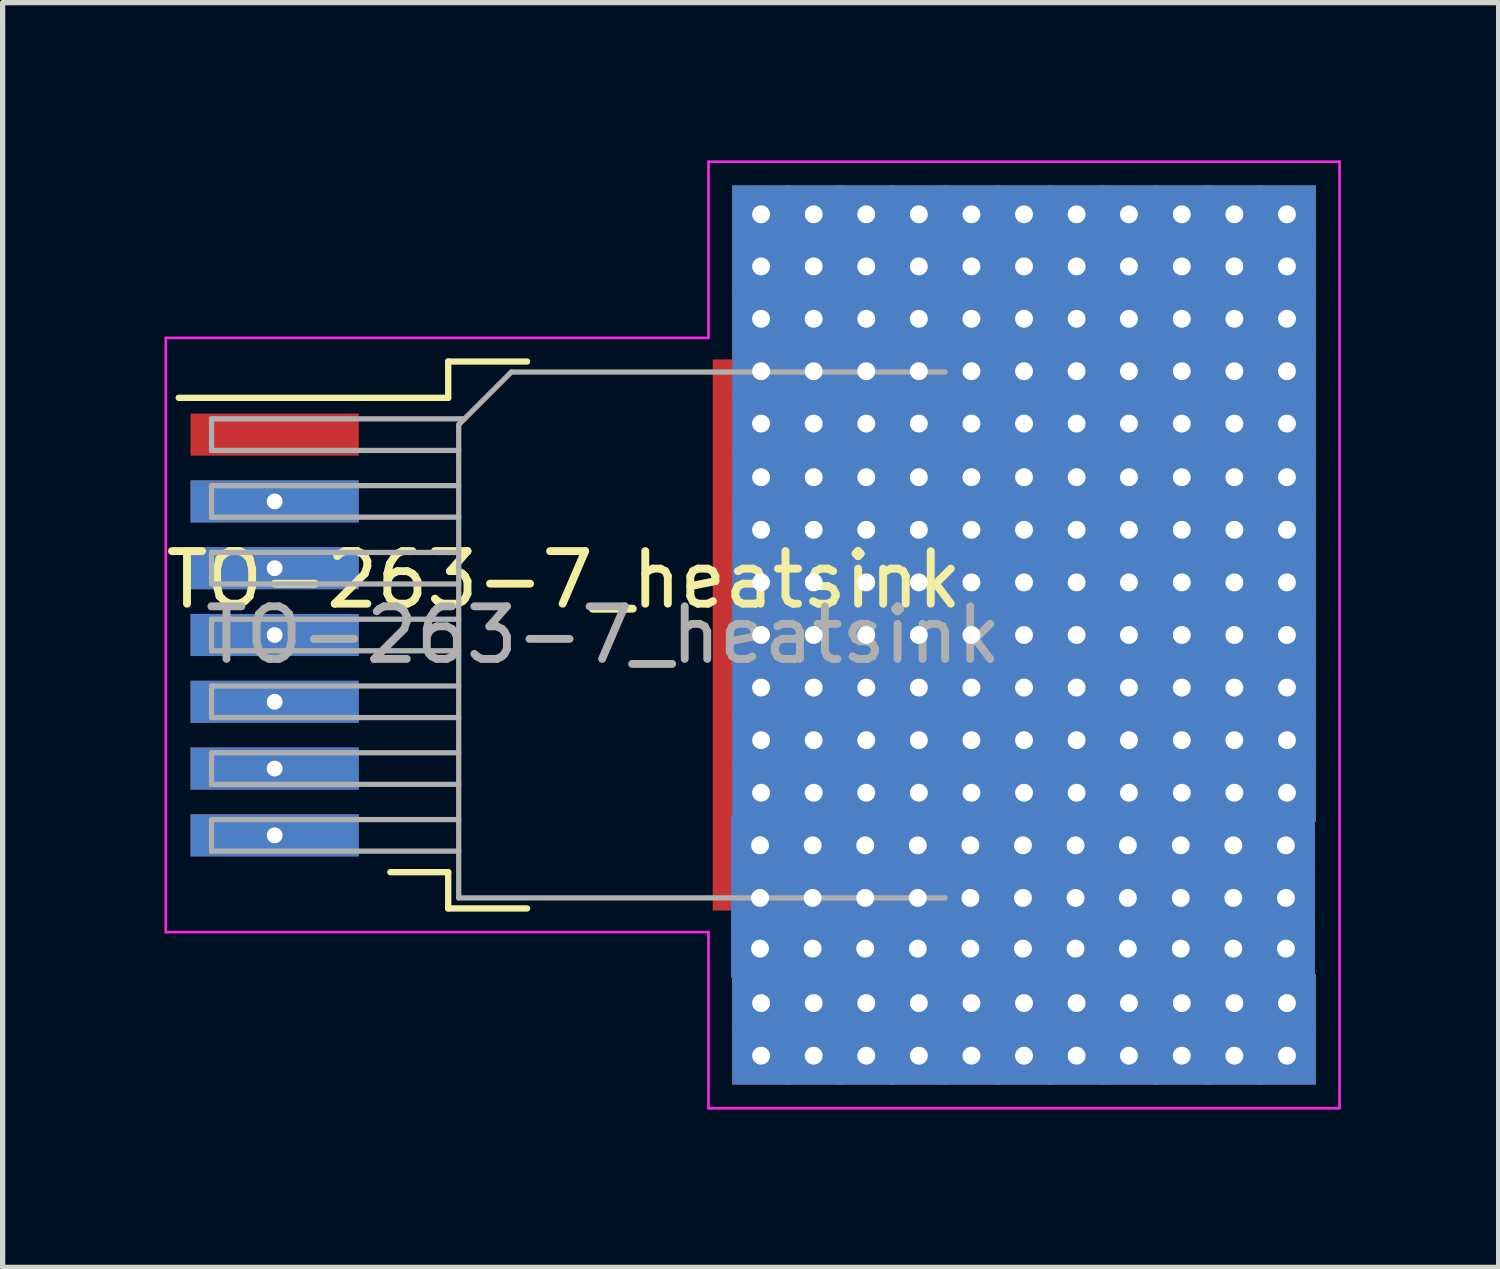
<source format=kicad_pcb>
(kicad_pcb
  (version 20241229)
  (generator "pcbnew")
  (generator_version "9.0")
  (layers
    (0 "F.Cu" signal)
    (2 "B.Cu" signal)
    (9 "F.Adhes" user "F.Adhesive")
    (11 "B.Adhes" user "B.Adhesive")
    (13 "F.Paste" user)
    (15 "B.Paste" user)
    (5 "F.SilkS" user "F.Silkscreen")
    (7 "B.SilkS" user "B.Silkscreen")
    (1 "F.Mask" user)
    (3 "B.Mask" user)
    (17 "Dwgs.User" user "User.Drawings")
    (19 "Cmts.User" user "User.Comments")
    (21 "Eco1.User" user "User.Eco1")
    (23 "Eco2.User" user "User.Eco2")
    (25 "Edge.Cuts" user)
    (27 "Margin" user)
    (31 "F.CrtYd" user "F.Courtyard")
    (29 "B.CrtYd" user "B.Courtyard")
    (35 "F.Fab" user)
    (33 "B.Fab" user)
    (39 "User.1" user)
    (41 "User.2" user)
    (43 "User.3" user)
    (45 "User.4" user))
  (footprint "TO-263-7_heatsink"
    (layer "F.Cu")
    (at 8.423 9.025)
    (property "Reference" "TO-263-7_heatsink" (at -0.75 -1.05 0) (layer "F.SilkS") (effects (font (size 1 1) (thickness 0.15))))
    (attr smd)
    (fp_line (start -2.95 -5.2) (end -2.95 -4.51) (stroke (width 0.12) (type solid)) (layer "F.SilkS"))
    (fp_line (start -2.95 -4.51) (end -8.075 -4.51) (stroke (width 0.12) (type solid)) (layer "F.SilkS"))
    (fp_line (start -2.95 4.51) (end -4.05 4.51) (stroke (width 0.12) (type solid)) (layer "F.SilkS"))
    (fp_line (start -2.95 5.2) (end -2.95 4.51) (stroke (width 0.12) (type solid)) (layer "F.SilkS"))
    (fp_line (start -1.45 -5.2) (end -2.95 -5.2) (stroke (width 0.12) (type solid)) (layer "F.SilkS"))
    (fp_line (start -1.45 5.2) (end -2.95 5.2) (stroke (width 0.12) (type solid)) (layer "F.SilkS"))
    (fp_line (start -8.32 -5.65) (end -8.32 5.65) (stroke (width 0.05) (type solid)) (layer "F.CrtYd"))
    (fp_line (start -8.32 5.65) (end 2 5.65) (stroke (width 0.05) (type solid)) (layer "F.CrtYd"))
    (fp_line (start 2 -9) (end 14 -9) (stroke (width 0.05) (type solid)) (layer "F.CrtYd"))
    (fp_line (start 2 -5.65) (end -8.32 -5.65) (stroke (width 0.05) (type solid)) (layer "F.CrtYd"))
    (fp_line (start 2 -5.65) (end 2 -9) (stroke (width 0.05) (type solid)) (layer "F.CrtYd"))
    (fp_line (start 2 9) (end 2 5.65) (stroke (width 0.05) (type solid)) (layer "F.CrtYd"))
    (fp_line (start 14 -9) (end 14 9) (stroke (width 0.05) (type solid)) (layer "F.CrtYd"))
    (fp_line (start 14 9) (end 2 9) (stroke (width 0.05) (type solid)) (layer "F.CrtYd"))
    (fp_line (start -7.45 -4.11) (end -7.45 -3.51) (stroke (width 0.1) (type solid)) (layer "F.Fab"))
    (fp_line (start -7.45 -3.51) (end -2.75 -3.51) (stroke (width 0.1) (type solid)) (layer "F.Fab"))
    (fp_line (start -7.45 -2.84) (end -7.45 -2.24) (stroke (width 0.1) (type solid)) (layer "F.Fab"))
    (fp_line (start -7.45 -2.24) (end -2.75 -2.24) (stroke (width 0.1) (type solid)) (layer "F.Fab"))
    (fp_line (start -7.45 -1.57) (end -7.45 -0.97) (stroke (width 0.1) (type solid)) (layer "F.Fab"))
    (fp_line (start -7.45 -0.97) (end -2.75 -0.97) (stroke (width 0.1) (type solid)) (layer "F.Fab"))
    (fp_line (start -7.45 -0.3) (end -7.45 0.3) (stroke (width 0.1) (type solid)) (layer "F.Fab"))
    (fp_line (start -7.45 0.3) (end -2.75 0.3) (stroke (width 0.1) (type solid)) (layer "F.Fab"))
    (fp_line (start -7.45 0.97) (end -7.45 1.57) (stroke (width 0.1) (type solid)) (layer "F.Fab"))
    (fp_line (start -7.45 1.57) (end -2.75 1.57) (stroke (width 0.1) (type solid)) (layer "F.Fab"))
    (fp_line (start -7.45 2.24) (end -7.45 2.84) (stroke (width 0.1) (type solid)) (layer "F.Fab"))
    (fp_line (start -7.45 2.84) (end -2.75 2.84) (stroke (width 0.1) (type solid)) (layer "F.Fab"))
    (fp_line (start -7.45 3.51) (end -7.45 4.11) (stroke (width 0.1) (type solid)) (layer "F.Fab"))
    (fp_line (start -7.45 4.11) (end -2.75 4.11) (stroke (width 0.1) (type solid)) (layer "F.Fab"))
    (fp_line (start -2.75 -4) (end -1.75 -5) (stroke (width 0.1) (type solid)) (layer "F.Fab"))
    (fp_line (start -2.75 -2.84) (end -7.45 -2.84) (stroke (width 0.1) (type solid)) (layer "F.Fab"))
    (fp_line (start -2.75 -1.57) (end -7.45 -1.57) (stroke (width 0.1) (type solid)) (layer "F.Fab"))
    (fp_line (start -2.75 -0.3) (end -7.45 -0.3) (stroke (width 0.1) (type solid)) (layer "F.Fab"))
    (fp_line (start -2.75 0.97) (end -7.45 0.97) (stroke (width 0.1) (type solid)) (layer "F.Fab"))
    (fp_line (start -2.75 2.24) (end -7.45 2.24) (stroke (width 0.1) (type solid)) (layer "F.Fab"))
    (fp_line (start -2.75 3.51) (end -7.45 3.51) (stroke (width 0.1) (type solid)) (layer "F.Fab"))
    (fp_line (start -2.75 5) (end -2.75 -4) (stroke (width 0.1) (type solid)) (layer "F.Fab"))
    (fp_line (start -2.64 -4.11) (end -7.45 -4.11) (stroke (width 0.1) (type solid)) (layer "F.Fab"))
    (fp_line (start -1.75 -5) (end 6.5 -5) (stroke (width 0.1) (type solid)) (layer "F.Fab"))
    (fp_line (start 6.5 5) (end -2.75 5) (stroke (width 0.1) (type solid)) (layer "F.Fab"))
    (fp_text user "${REFERENCE}" (at 0 0 0) (layer "F.Fab") (effects (font (size 1 1) (thickness 0.15))))
    (pad "" smd rect (at 5.25 -2.775) (size 6.5 5.25) (layers "F.Paste"))
    (pad "" smd rect (at 5.25 2.95) (size 6.5 4.9) (layers "F.Paste"))
    (pad "1" smd rect (at -6.25 -3.81) (size 3.2 0.8) (layers "F.Cu" "F.Mask" "F.Paste"))
    (pad "2" thru_hole rect (at -6.25 -2.54) (size 3.2 0.8) (drill 0.3) (layers "*.Cu" "*.Mask"))
    (pad "3" thru_hole rect (at -6.25 -1.27) (size 3.2 0.8) (drill 0.3) (layers "*.Cu" "*.Mask"))
    (pad "3" thru_hole rect (at -6.25 0) (size 3.2 0.8) (drill 0.3) (layers "*.Cu" "*.Mask"))
    (pad "3" thru_hole rect (at -6.25 1.27) (size 3.2 0.8) (drill 0.3) (layers "*.Cu" "*.Mask"))
    (pad "3" thru_hole rect (at -6.25 2.54) (size 3.2 0.8) (drill 0.3) (layers "*.Cu" "*.Mask"))
    (pad "3" thru_hole rect (at -6.25 3.81) (size 3.2 0.8) (drill 0.3) (layers "*.Cu" "*.Mask"))
    (pad "4" thru_hole rect (at 2.98 4) (size 1.1 1.1) (drill 0.34) (layers "*.Cu" "*.Mask"))
    (pad "4" thru_hole rect (at 2.98 5) (size 1.1 1.1) (drill 0.34) (layers "*.Cu" "*.Mask"))
    (pad "4" thru_hole rect (at 2.98 5.964) (size 1.1 1.1) (drill 0.34) (layers "*.Cu" "*.Mask"))
    (pad "4" thru_hole rect (at 3 -8) (size 1.1 1.1) (drill 0.34) (layers "*.Cu" "*.Mask"))
    (pad "4" thru_hole rect (at 3 -7.009) (size 1.1 1.1) (drill 0.34) (layers "*.Cu" "*.Mask"))
    (pad "4" thru_hole rect (at 3 -6.013) (size 1.1 1.1) (drill 0.34) (layers "*.Cu" "*.Mask"))
    (pad "4" thru_hole rect (at 3 -5.016) (size 1.1 1.1) (drill 0.34) (layers "*.Cu" "*.Mask"))
    (pad "4" thru_hole rect (at 3 -4.02) (size 1.1 1.1) (drill 0.34) (layers "*.Cu" "*.Mask"))
    (pad "4" thru_hole rect (at 3 -3) (size 1.1 1.1) (drill 0.34) (layers "*.Cu" "*.Mask"))
    (pad "4" thru_hole rect (at 3 -2) (size 1.1 1.1) (drill 0.34) (layers "*.Cu" "*.Mask"))
    (pad "4" thru_hole rect (at 3 -1) (size 1.1 1.1) (drill 0.34) (layers "*.Cu" "*.Mask"))
    (pad "4" thru_hole rect (at 3 0) (size 1.1 1.1) (drill 0.34) (layers "*.Cu" "*.Mask"))
    (pad "4" thru_hole rect (at 3 1) (size 1.1 1.1) (drill 0.34) (layers "*.Cu" "*.Mask"))
    (pad "4" thru_hole rect (at 3 2) (size 1.1 1.1) (drill 0.34) (layers "*.Cu" "*.Mask"))
    (pad "4" thru_hole rect (at 3 3) (size 1.1 1.1) (drill 0.34) (layers "*.Cu" "*.Mask"))
    (pad "4" thru_hole rect (at 3 7) (size 1.1 1.1) (drill 0.34) (layers "*.Cu" "*.Mask"))
    (pad "4" thru_hole rect (at 3 8) (size 1.1 1.1) (drill 0.34) (layers "*.Cu" "*.Mask"))
    (pad "4" thru_hole rect (at 3.98 4) (size 1.1 1.1) (drill 0.34) (layers "*.Cu" "*.Mask"))
    (pad "4" thru_hole rect (at 3.98 5) (size 1.1 1.1) (drill 0.34) (layers "*.Cu" "*.Mask"))
    (pad "4" thru_hole rect (at 3.98 5.964) (size 1.1 1.1) (drill 0.34) (layers "*.Cu" "*.Mask"))
    (pad "4" thru_hole rect (at 4 -8) (size 1.1 1.1) (drill 0.34) (layers "*.Cu" "*.Mask"))
    (pad "4" thru_hole rect (at 4 -7.009) (size 1.1 1.1) (drill 0.34) (layers "*.Cu" "*.Mask"))
    (pad "4" thru_hole rect (at 4 -6.013) (size 1.1 1.1) (drill 0.34) (layers "*.Cu" "*.Mask"))
    (pad "4" thru_hole rect (at 4 -5.016) (size 1.1 1.1) (drill 0.34) (layers "*.Cu" "*.Mask"))
    (pad "4" thru_hole rect (at 4 -4.02) (size 1.1 1.1) (drill 0.34) (layers "*.Cu" "*.Mask"))
    (pad "4" thru_hole rect (at 4 -3) (size 1.1 1.1) (drill 0.34) (layers "*.Cu" "*.Mask"))
    (pad "4" thru_hole rect (at 4 -2) (size 1.1 1.1) (drill 0.34) (layers "*.Cu" "*.Mask"))
    (pad "4" thru_hole rect (at 4 -1) (size 1.1 1.1) (drill 0.34) (layers "*.Cu" "*.Mask"))
    (pad "4" thru_hole rect (at 4 0) (size 1.1 1.1) (drill 0.34) (layers "*.Cu" "*.Mask"))
    (pad "4" thru_hole rect (at 4 1) (size 1.1 1.1) (drill 0.34) (layers "*.Cu" "*.Mask"))
    (pad "4" thru_hole rect (at 4 2) (size 1.1 1.1) (drill 0.34) (layers "*.Cu" "*.Mask"))
    (pad "4" thru_hole rect (at 4 3) (size 1.1 1.1) (drill 0.34) (layers "*.Cu" "*.Mask"))
    (pad "4" thru_hole rect (at 4 7) (size 1.1 1.1) (drill 0.34) (layers "*.Cu" "*.Mask"))
    (pad "4" thru_hole rect (at 4 8) (size 1.1 1.1) (drill 0.34) (layers "*.Cu" "*.Mask"))
    (pad "4" thru_hole rect (at 4.98 4) (size 1.1 1.1) (drill 0.34) (layers "*.Cu" "*.Mask"))
    (pad "4" thru_hole rect (at 4.98 5) (size 1.1 1.1) (drill 0.34) (layers "*.Cu" "*.Mask"))
    (pad "4" thru_hole rect (at 4.98 5.964) (size 1.1 1.1) (drill 0.34) (layers "*.Cu" "*.Mask"))
    (pad "4" thru_hole rect (at 5 -8) (size 1.1 1.1) (drill 0.34) (layers "*.Cu" "*.Mask"))
    (pad "4" thru_hole rect (at 5 -7.009) (size 1.1 1.1) (drill 0.34) (layers "*.Cu" "*.Mask"))
    (pad "4" thru_hole rect (at 5 -6.013) (size 1.1 1.1) (drill 0.34) (layers "*.Cu" "*.Mask"))
    (pad "4" thru_hole rect (at 5 -5.016) (size 1.1 1.1) (drill 0.34) (layers "*.Cu" "*.Mask"))
    (pad "4" thru_hole rect (at 5 -4.02) (size 1.1 1.1) (drill 0.34) (layers "*.Cu" "*.Mask"))
    (pad "4" thru_hole rect (at 5 -3) (size 1.1 1.1) (drill 0.34) (layers "*.Cu" "*.Mask"))
    (pad "4" thru_hole rect (at 5 -2) (size 1.1 1.1) (drill 0.34) (layers "*.Cu" "*.Mask"))
    (pad "4" thru_hole rect (at 5 -1) (size 1.1 1.1) (drill 0.34) (layers "*.Cu" "*.Mask"))
    (pad "4" thru_hole rect (at 5 0) (size 1.1 1.1) (drill 0.34) (layers "*.Cu" "*.Mask"))
    (pad "4" thru_hole rect (at 5 1) (size 1.1 1.1) (drill 0.34) (layers "*.Cu" "*.Mask"))
    (pad "4" thru_hole rect (at 5 2) (size 1.1 1.1) (drill 0.34) (layers "*.Cu" "*.Mask"))
    (pad "4" thru_hole rect (at 5 3) (size 1.1 1.1) (drill 0.34) (layers "*.Cu" "*.Mask"))
    (pad "4" thru_hole rect (at 5 7) (size 1.1 1.1) (drill 0.34) (layers "*.Cu" "*.Mask"))
    (pad "4" thru_hole rect (at 5 8) (size 1.1 1.1) (drill 0.34) (layers "*.Cu" "*.Mask"))
    (pad "4" smd rect (at 5.24 0) (size 6.32 10.48) (property pad_prop_heatsink) (layers "F.Cu" "F.Mask"))
    (pad "4" thru_hole rect (at 5.98 4) (size 1.1 1.1) (drill 0.34) (layers "*.Cu" "*.Mask"))
    (pad "4" thru_hole rect (at 5.98 5) (size 1.1 1.1) (drill 0.34) (layers "*.Cu" "*.Mask"))
    (pad "4" thru_hole rect (at 5.98 5.964) (size 1.1 1.1) (drill 0.34) (layers "*.Cu" "*.Mask"))
    (pad "4" thru_hole rect (at 6 -8) (size 1.1 1.1) (drill 0.34) (layers "*.Cu" "*.Mask"))
    (pad "4" thru_hole rect (at 6 -7.009) (size 1.1 1.1) (drill 0.34) (layers "*.Cu" "*.Mask"))
    (pad "4" thru_hole rect (at 6 -6.013) (size 1.1 1.1) (drill 0.34) (layers "*.Cu" "*.Mask"))
    (pad "4" thru_hole rect (at 6 -5.016) (size 1.1 1.1) (drill 0.34) (layers "*.Cu" "*.Mask"))
    (pad "4" thru_hole rect (at 6 -4.02) (size 1.1 1.1) (drill 0.34) (layers "*.Cu" "*.Mask"))
    (pad "4" thru_hole rect (at 6 -3) (size 1.1 1.1) (drill 0.34) (layers "*.Cu" "*.Mask"))
    (pad "4" thru_hole rect (at 6 -2) (size 1.1 1.1) (drill 0.34) (layers "*.Cu" "*.Mask"))
    (pad "4" thru_hole rect (at 6 -1) (size 1.1 1.1) (drill 0.34) (layers "*.Cu" "*.Mask"))
    (pad "4" thru_hole rect (at 6 0) (size 1.1 1.1) (drill 0.34) (layers "*.Cu" "*.Mask"))
    (pad "4" thru_hole rect (at 6 1) (size 1.1 1.1) (drill 0.34) (layers "*.Cu" "*.Mask"))
    (pad "4" thru_hole rect (at 6 2) (size 1.1 1.1) (drill 0.34) (layers "*.Cu" "*.Mask"))
    (pad "4" thru_hole rect (at 6 3) (size 1.1 1.1) (drill 0.34) (layers "*.Cu" "*.Mask"))
    (pad "4" thru_hole rect (at 6 7) (size 1.1 1.1) (drill 0.34) (layers "*.Cu" "*.Mask"))
    (pad "4" thru_hole rect (at 6 8) (size 1.1 1.1) (drill 0.34) (layers "*.Cu" "*.Mask"))
    (pad "4" thru_hole rect (at 6.98 4) (size 1.1 1.1) (drill 0.34) (layers "*.Cu" "*.Mask"))
    (pad "4" thru_hole rect (at 6.98 5) (size 1.1 1.1) (drill 0.34) (layers "*.Cu" "*.Mask"))
    (pad "4" thru_hole rect (at 6.98 5.964) (size 1.1 1.1) (drill 0.34) (layers "*.Cu" "*.Mask"))
    (pad "4" thru_hole rect (at 7 -8) (size 1.1 1.1) (drill 0.34) (layers "*.Cu" "*.Mask"))
    (pad "4" thru_hole rect (at 7 -7.009) (size 1.1 1.1) (drill 0.34) (layers "*.Cu" "*.Mask"))
    (pad "4" thru_hole rect (at 7 -6.013) (size 1.1 1.1) (drill 0.34) (layers "*.Cu" "*.Mask"))
    (pad "4" thru_hole rect (at 7 -5.016) (size 1.1 1.1) (drill 0.34) (layers "*.Cu" "*.Mask"))
    (pad "4" thru_hole rect (at 7 -4.02) (size 1.1 1.1) (drill 0.34) (layers "*.Cu" "*.Mask"))
    (pad "4" thru_hole rect (at 7 -3) (size 1.1 1.1) (drill 0.34) (layers "*.Cu" "*.Mask"))
    (pad "4" thru_hole rect (at 7 -2) (size 1.1 1.1) (drill 0.34) (layers "*.Cu" "*.Mask"))
    (pad "4" thru_hole rect (at 7 -1) (size 1.1 1.1) (drill 0.34) (layers "*.Cu" "*.Mask"))
    (pad "4" thru_hole rect (at 7 0) (size 1.1 1.1) (drill 0.34) (layers "*.Cu" "*.Mask"))
    (pad "4" thru_hole rect (at 7 1) (size 1.1 1.1) (drill 0.34) (layers "*.Cu" "*.Mask"))
    (pad "4" thru_hole rect (at 7 2) (size 1.1 1.1) (drill 0.34) (layers "*.Cu" "*.Mask"))
    (pad "4" thru_hole rect (at 7 3) (size 1.1 1.1) (drill 0.34) (layers "*.Cu" "*.Mask"))
    (pad "4" thru_hole rect (at 7 7) (size 1.1 1.1) (drill 0.34) (layers "*.Cu" "*.Mask"))
    (pad "4" thru_hole rect (at 7 8) (size 1.1 1.1) (drill 0.34) (layers "*.Cu" "*.Mask"))
    (pad "4" thru_hole rect (at 7.98 4) (size 1.1 1.1) (drill 0.34) (layers "*.Cu" "*.Mask"))
    (pad "4" thru_hole rect (at 7.98 5) (size 1.1 1.1) (drill 0.34) (layers "*.Cu" "*.Mask"))
    (pad "4" thru_hole rect (at 7.98 5.964) (size 1.1 1.1) (drill 0.34) (layers "*.Cu" "*.Mask"))
    (pad "4" thru_hole rect (at 8 -8) (size 1.1 1.1) (drill 0.34) (layers "*.Cu" "*.Mask"))
    (pad "4" thru_hole rect (at 8 -7.009) (size 1.1 1.1) (drill 0.34) (layers "*.Cu" "*.Mask"))
    (pad "4" thru_hole rect (at 8 -6.013) (size 1.1 1.1) (drill 0.34) (layers "*.Cu" "*.Mask"))
    (pad "4" thru_hole rect (at 8 -5.016) (size 1.1 1.1) (drill 0.34) (layers "*.Cu" "*.Mask"))
    (pad "4" thru_hole rect (at 8 -4.02) (size 1.1 1.1) (drill 0.34) (layers "*.Cu" "*.Mask"))
    (pad "4" thru_hole rect (at 8 -3) (size 1.1 1.1) (drill 0.34) (layers "*.Cu" "*.Mask"))
    (pad "4" thru_hole rect (at 8 -2) (size 1.1 1.1) (drill 0.34) (layers "*.Cu" "*.Mask"))
    (pad "4" thru_hole rect (at 8 -1) (size 1.1 1.1) (drill 0.34) (layers "*.Cu" "*.Mask"))
    (pad "4" thru_hole rect (at 8 0) (size 1.1 1.1) (drill 0.34) (layers "*.Cu" "*.Mask"))
    (pad "4" thru_hole rect (at 8 1) (size 1.1 1.1) (drill 0.34) (layers "*.Cu" "*.Mask"))
    (pad "4" thru_hole rect (at 8 2) (size 1.1 1.1) (drill 0.34) (layers "*.Cu" "*.Mask"))
    (pad "4" thru_hole rect (at 8 3) (size 1.1 1.1) (drill 0.34) (layers "*.Cu" "*.Mask"))
    (pad "4" thru_hole rect (at 8 7) (size 1.1 1.1) (drill 0.34) (layers "*.Cu" "*.Mask"))
    (pad "4" thru_hole rect (at 8 8) (size 1.1 1.1) (drill 0.34) (layers "*.Cu" "*.Mask"))
    (pad "4" thru_hole rect (at 8.98 4) (size 1.1 1.1) (drill 0.34) (layers "*.Cu" "*.Mask"))
    (pad "4" thru_hole rect (at 8.98 5) (size 1.1 1.1) (drill 0.34) (layers "*.Cu" "*.Mask"))
    (pad "4" thru_hole rect (at 8.98 5.964) (size 1.1 1.1) (drill 0.34) (layers "*.Cu" "*.Mask"))
    (pad "4" thru_hole rect (at 9 -8) (size 1.1 1.1) (drill 0.34) (layers "*.Cu" "*.Mask"))
    (pad "4" thru_hole rect (at 9 -7.009) (size 1.1 1.1) (drill 0.34) (layers "*.Cu" "*.Mask"))
    (pad "4" thru_hole rect (at 9 -6.013) (size 1.1 1.1) (drill 0.34) (layers "*.Cu" "*.Mask"))
    (pad "4" thru_hole rect (at 9 -5.016) (size 1.1 1.1) (drill 0.34) (layers "*.Cu" "*.Mask"))
    (pad "4" thru_hole rect (at 9 -4.02) (size 1.1 1.1) (drill 0.34) (layers "*.Cu" "*.Mask"))
    (pad "4" thru_hole rect (at 9 -3) (size 1.1 1.1) (drill 0.34) (layers "*.Cu" "*.Mask"))
    (pad "4" thru_hole rect (at 9 -2) (size 1.1 1.1) (drill 0.34) (layers "*.Cu" "*.Mask"))
    (pad "4" thru_hole rect (at 9 -1) (size 1.1 1.1) (drill 0.34) (layers "*.Cu" "*.Mask"))
    (pad "4" thru_hole rect (at 9 0) (size 1.1 1.1) (drill 0.34) (layers "*.Cu" "*.Mask"))
    (pad "4" thru_hole rect (at 9 1) (size 1.1 1.1) (drill 0.34) (layers "*.Cu" "*.Mask"))
    (pad "4" thru_hole rect (at 9 2) (size 1.1 1.1) (drill 0.34) (layers "*.Cu" "*.Mask"))
    (pad "4" thru_hole rect (at 9 3) (size 1.1 1.1) (drill 0.34) (layers "*.Cu" "*.Mask"))
    (pad "4" thru_hole rect (at 9 7) (size 1.1 1.1) (drill 0.34) (layers "*.Cu" "*.Mask"))
    (pad "4" thru_hole rect (at 9 8) (size 1.1 1.1) (drill 0.34) (layers "*.Cu" "*.Mask"))
    (pad "4" thru_hole rect (at 9.975 4) (size 1.1 1.1) (drill 0.34) (layers "*.Cu" "*.Mask"))
    (pad "4" thru_hole rect (at 9.975 5) (size 1.1 1.1) (drill 0.34) (layers "*.Cu" "*.Mask"))
    (pad "4" thru_hole rect (at 9.975 5.964) (size 1.1 1.1) (drill 0.34) (layers "*.Cu" "*.Mask"))
    (pad "4" thru_hole rect (at 9.995 -8) (size 1.1 1.1) (drill 0.34) (layers "*.Cu" "*.Mask"))
    (pad "4" thru_hole rect (at 9.995 -7.009) (size 1.1 1.1) (drill 0.34) (layers "*.Cu" "*.Mask"))
    (pad "4" thru_hole rect (at 9.995 -6.013) (size 1.1 1.1) (drill 0.34) (layers "*.Cu" "*.Mask"))
    (pad "4" thru_hole rect (at 9.995 -5.016) (size 1.1 1.1) (drill 0.34) (layers "*.Cu" "*.Mask"))
    (pad "4" thru_hole rect (at 9.995 -4.02) (size 1.1 1.1) (drill 0.34) (layers "*.Cu" "*.Mask"))
    (pad "4" thru_hole rect (at 9.995 -3) (size 1.1 1.1) (drill 0.34) (layers "*.Cu" "*.Mask"))
    (pad "4" thru_hole rect (at 9.995 -2) (size 1.1 1.1) (drill 0.34) (layers "*.Cu" "*.Mask"))
    (pad "4" thru_hole rect (at 9.995 -1) (size 1.1 1.1) (drill 0.34) (layers "*.Cu" "*.Mask"))
    (pad "4" thru_hole rect (at 9.995 -0.000001) (size 1.1 1.1) (drill 0.34) (layers "*.Cu" "*.Mask"))
    (pad "4" thru_hole rect (at 9.995 1) (size 1.1 1.1) (drill 0.34) (layers "*.Cu" "*.Mask"))
    (pad "4" thru_hole rect (at 9.995 2) (size 1.1 1.1) (drill 0.34) (layers "*.Cu" "*.Mask"))
    (pad "4" thru_hole rect (at 9.995 3) (size 1.1 1.1) (drill 0.34) (layers "*.Cu" "*.Mask"))
    (pad "4" thru_hole rect (at 9.995 7) (size 1.1 1.1) (drill 0.34) (layers "*.Cu" "*.Mask"))
    (pad "4" thru_hole rect (at 9.995 8) (size 1.1 1.1) (drill 0.34) (layers "*.Cu" "*.Mask"))
    (pad "4" thru_hole rect (at 10.98 4) (size 1.1 1.1) (drill 0.34) (layers "*.Cu" "*.Mask"))
    (pad "4" thru_hole rect (at 10.98 5) (size 1.1 1.1) (drill 0.34) (layers "*.Cu" "*.Mask"))
    (pad "4" thru_hole rect (at 10.98 5.964) (size 1.1 1.1) (drill 0.34) (layers "*.Cu" "*.Mask"))
    (pad "4" thru_hole rect (at 11 -8) (size 1.1 1.1) (drill 0.34) (layers "*.Cu" "*.Mask"))
    (pad "4" thru_hole rect (at 11 -7.009) (size 1.1 1.1) (drill 0.34) (layers "*.Cu" "*.Mask"))
    (pad "4" thru_hole rect (at 11 -6.013) (size 1.1 1.1) (drill 0.34) (layers "*.Cu" "*.Mask"))
    (pad "4" thru_hole rect (at 11 -5.016) (size 1.1 1.1) (drill 0.34) (layers "*.Cu" "*.Mask"))
    (pad "4" thru_hole rect (at 11 -4.02) (size 1.1 1.1) (drill 0.34) (layers "*.Cu" "*.Mask"))
    (pad "4" thru_hole rect (at 11 -3) (size 1.1 1.1) (drill 0.34) (layers "*.Cu" "*.Mask"))
    (pad "4" thru_hole rect (at 11 -2) (size 1.1 1.1) (drill 0.34) (layers "*.Cu" "*.Mask"))
    (pad "4" thru_hole rect (at 11 -1) (size 1.1 1.1) (drill 0.34) (layers "*.Cu" "*.Mask"))
    (pad "4" thru_hole rect (at 11 -0.000001) (size 1.1 1.1) (drill 0.34) (layers "*.Cu" "*.Mask"))
    (pad "4" thru_hole rect (at 11 1) (size 1.1 1.1) (drill 0.34) (layers "*.Cu" "*.Mask"))
    (pad "4" thru_hole rect (at 11 2) (size 1.1 1.1) (drill 0.34) (layers "*.Cu" "*.Mask"))
    (pad "4" thru_hole rect (at 11 3) (size 1.1 1.1) (drill 0.34) (layers "*.Cu" "*.Mask"))
    (pad "4" thru_hole rect (at 11 7) (size 1.1 1.1) (drill 0.34) (layers "*.Cu" "*.Mask"))
    (pad "4" thru_hole rect (at 11 8) (size 1.1 1.1) (drill 0.34) (layers "*.Cu" "*.Mask"))
    (pad "4" thru_hole rect (at 11.98 4) (size 1.1 1.1) (drill 0.34) (layers "*.Cu" "*.Mask"))
    (pad "4" thru_hole rect (at 11.98 5) (size 1.1 1.1) (drill 0.34) (layers "*.Cu" "*.Mask"))
    (pad "4" thru_hole rect (at 11.98 5.964) (size 1.1 1.1) (drill 0.34) (layers "*.Cu" "*.Mask"))
    (pad "4" thru_hole rect (at 12 -8) (size 1.1 1.1) (drill 0.34) (layers "*.Cu" "*.Mask"))
    (pad "4" thru_hole rect (at 12 -7.009) (size 1.1 1.1) (drill 0.34) (layers "*.Cu" "*.Mask"))
    (pad "4" thru_hole rect (at 12 -6.013) (size 1.1 1.1) (drill 0.34) (layers "*.Cu" "*.Mask"))
    (pad "4" thru_hole rect (at 12 -5.016) (size 1.1 1.1) (drill 0.34) (layers "*.Cu" "*.Mask"))
    (pad "4" thru_hole rect (at 12 -4.02) (size 1.1 1.1) (drill 0.34) (layers "*.Cu" "*.Mask"))
    (pad "4" thru_hole rect (at 12 -3) (size 1.1 1.1) (drill 0.34) (layers "*.Cu" "*.Mask"))
    (pad "4" thru_hole rect (at 12 -2) (size 1.1 1.1) (drill 0.34) (layers "*.Cu" "*.Mask"))
    (pad "4" thru_hole rect (at 12 -1) (size 1.1 1.1) (drill 0.34) (layers "*.Cu" "*.Mask"))
    (pad "4" thru_hole rect (at 12 -0.000001) (size 1.1 1.1) (drill 0.34) (layers "*.Cu" "*.Mask"))
    (pad "4" thru_hole rect (at 12 1) (size 1.1 1.1) (drill 0.34) (layers "*.Cu" "*.Mask"))
    (pad "4" thru_hole rect (at 12 2) (size 1.1 1.1) (drill 0.34) (layers "*.Cu" "*.Mask"))
    (pad "4" thru_hole rect (at 12 3) (size 1.1 1.1) (drill 0.34) (layers "*.Cu" "*.Mask"))
    (pad "4" thru_hole rect (at 12 7) (size 1.1 1.1) (drill 0.34) (layers "*.Cu" "*.Mask"))
    (pad "4" thru_hole rect (at 12 8) (size 1.1 1.1) (drill 0.34) (layers "*.Cu" "*.Mask"))
    (pad "4" thru_hole rect (at 12.98 4) (size 1.1 1.1) (drill 0.34) (layers "*.Cu" "*.Mask"))
    (pad "4" thru_hole rect (at 12.98 5) (size 1.1 1.1) (drill 0.34) (layers "*.Cu" "*.Mask"))
    (pad "4" thru_hole rect (at 12.98 5.964) (size 1.1 1.1) (drill 0.34) (layers "*.Cu" "*.Mask"))
    (pad "4" thru_hole rect (at 13 -8) (size 1.1 1.1) (drill 0.34) (layers "*.Cu" "*.Mask"))
    (pad "4" thru_hole rect (at 13 -7.009) (size 1.1 1.1) (drill 0.34) (layers "*.Cu" "*.Mask"))
    (pad "4" thru_hole rect (at 13 -6.013) (size 1.1 1.1) (drill 0.34) (layers "*.Cu" "*.Mask"))
    (pad "4" thru_hole rect (at 13 -5.016) (size 1.1 1.1) (drill 0.34) (layers "*.Cu" "*.Mask"))
    (pad "4" thru_hole rect (at 13 -4.02) (size 1.1 1.1) (drill 0.34) (layers "*.Cu" "*.Mask"))
    (pad "4" thru_hole rect (at 13 -3) (size 1.1 1.1) (drill 0.34) (layers "*.Cu" "*.Mask"))
    (pad "4" thru_hole rect (at 13 -2) (size 1.1 1.1) (drill 0.34) (layers "*.Cu" "*.Mask"))
    (pad "4" thru_hole rect (at 13 -1) (size 1.1 1.1) (drill 0.34) (layers "*.Cu" "*.Mask"))
    (pad "4" thru_hole rect (at 13 0) (size 1.1 1.1) (drill 0.34) (layers "*.Cu" "*.Mask"))
    (pad "4" thru_hole rect (at 13 1) (size 1.1 1.1) (drill 0.34) (layers "*.Cu" "*.Mask"))
    (pad "4" thru_hole rect (at 13 2) (size 1.1 1.1) (drill 0.34) (layers "*.Cu" "*.Mask"))
    (pad "4" thru_hole rect (at 13 3) (size 1.1 1.1) (drill 0.34) (layers "*.Cu" "*.Mask"))
    (pad "4" thru_hole rect (at 13 7) (size 1.1 1.1) (drill 0.34) (layers "*.Cu" "*.Mask"))
    (pad "4" thru_hole rect (at 13 8) (size 1.1 1.1) (drill 0.34) (layers "*.Cu" "*.Mask")))
  (gr_rect
    (start -3 -3)
    (end 25.448 21.05)
    (stroke (width 0.1) (type default))
    (fill no)
    (layer "Edge.Cuts")))
</source>
